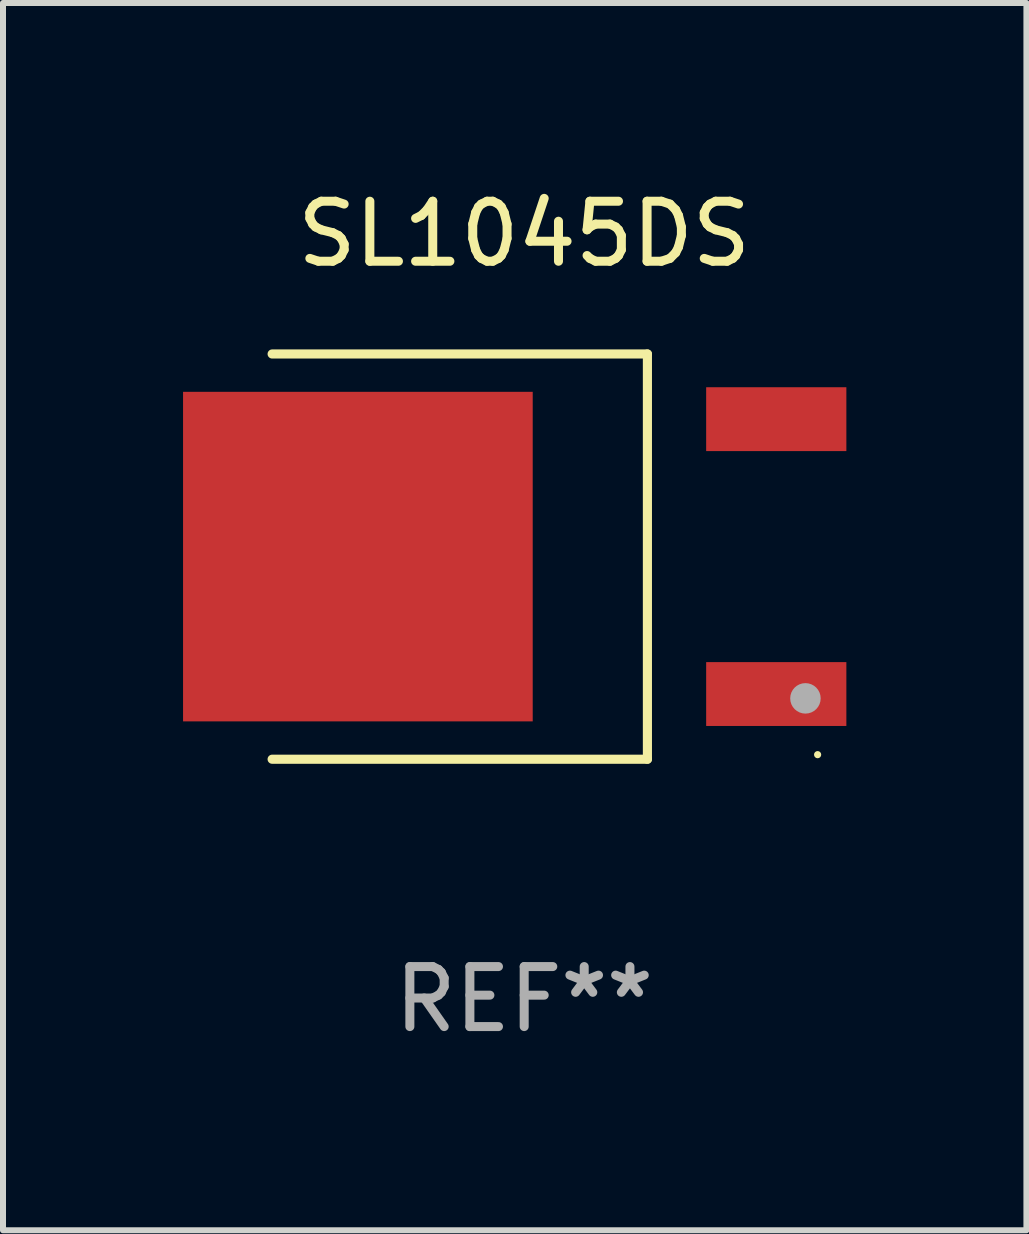
<source format=kicad_pcb>
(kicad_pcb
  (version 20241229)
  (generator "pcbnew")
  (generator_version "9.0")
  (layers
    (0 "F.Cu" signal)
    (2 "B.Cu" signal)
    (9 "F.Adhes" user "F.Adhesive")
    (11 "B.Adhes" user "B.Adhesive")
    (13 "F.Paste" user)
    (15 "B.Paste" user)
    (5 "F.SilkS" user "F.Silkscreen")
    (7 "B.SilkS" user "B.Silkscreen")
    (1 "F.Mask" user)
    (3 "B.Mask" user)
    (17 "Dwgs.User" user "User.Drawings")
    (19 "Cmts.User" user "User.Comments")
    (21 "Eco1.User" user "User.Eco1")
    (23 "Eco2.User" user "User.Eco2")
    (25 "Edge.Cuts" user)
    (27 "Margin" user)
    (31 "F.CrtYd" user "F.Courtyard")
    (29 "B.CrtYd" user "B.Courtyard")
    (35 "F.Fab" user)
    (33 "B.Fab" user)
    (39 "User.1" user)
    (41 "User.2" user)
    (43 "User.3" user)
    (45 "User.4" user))
  (footprint "SL1045DS"
    (layer "F.Cu")
    (at 5.684 6.224)
    (property "Reference" "SL1045DS" (at 0 -5.376 0) (layer "F.SilkS") (effects (font (size 1 1) (thickness 0.15))))
    (attr through_hole)
    (fp_line (start -4.2 -3.376) (end 2.053 -3.376) (stroke (width 0.152) (type solid)) (layer "F.SilkS"))
    (fp_line (start -4.2 3.376) (end 2.053 3.376) (stroke (width 0.152) (type solid)) (layer "F.SilkS"))
    (fp_line (start 2.053 3.376) (end 2.053 -3.376) (stroke (width 0.152) (type solid)) (layer "F.SilkS"))
    (fp_circle (center 4.889 3.3) (end 4.919 3.3) (stroke (width 0.06) (type solid)) (fill no) (layer "F.SilkS"))
    (fp_circle (center 4.686 2.362) (end 4.813 2.362) (stroke (width 0.254) (type solid)) (fill no) (layer "F.Fab"))
    (fp_text user "REF**" (at 0 7.376 0) (layer "F.Fab") (effects (font (size 1 1) (thickness 0.15))))
    (pad "1" smd rect (at 4.2 2.29) (size 2.336 1.064) (layers "F.Cu" "F.Mask" "F.Paste"))
    (pad "3" smd rect (at 4.2 -2.29) (size 2.336 1.064) (layers "F.Cu" "F.Mask" "F.Paste"))
    (pad "4" smd rect (at -2.771 0) (size 5.826 5.491) (layers "F.Cu" "F.Mask" "F.Paste")))
  (gr_rect
    (start -3 -3)
    (end 14.052 17.449)
    (stroke (width 0.1) (type default))
    (fill no)
    (layer "Edge.Cuts")))
</source>
